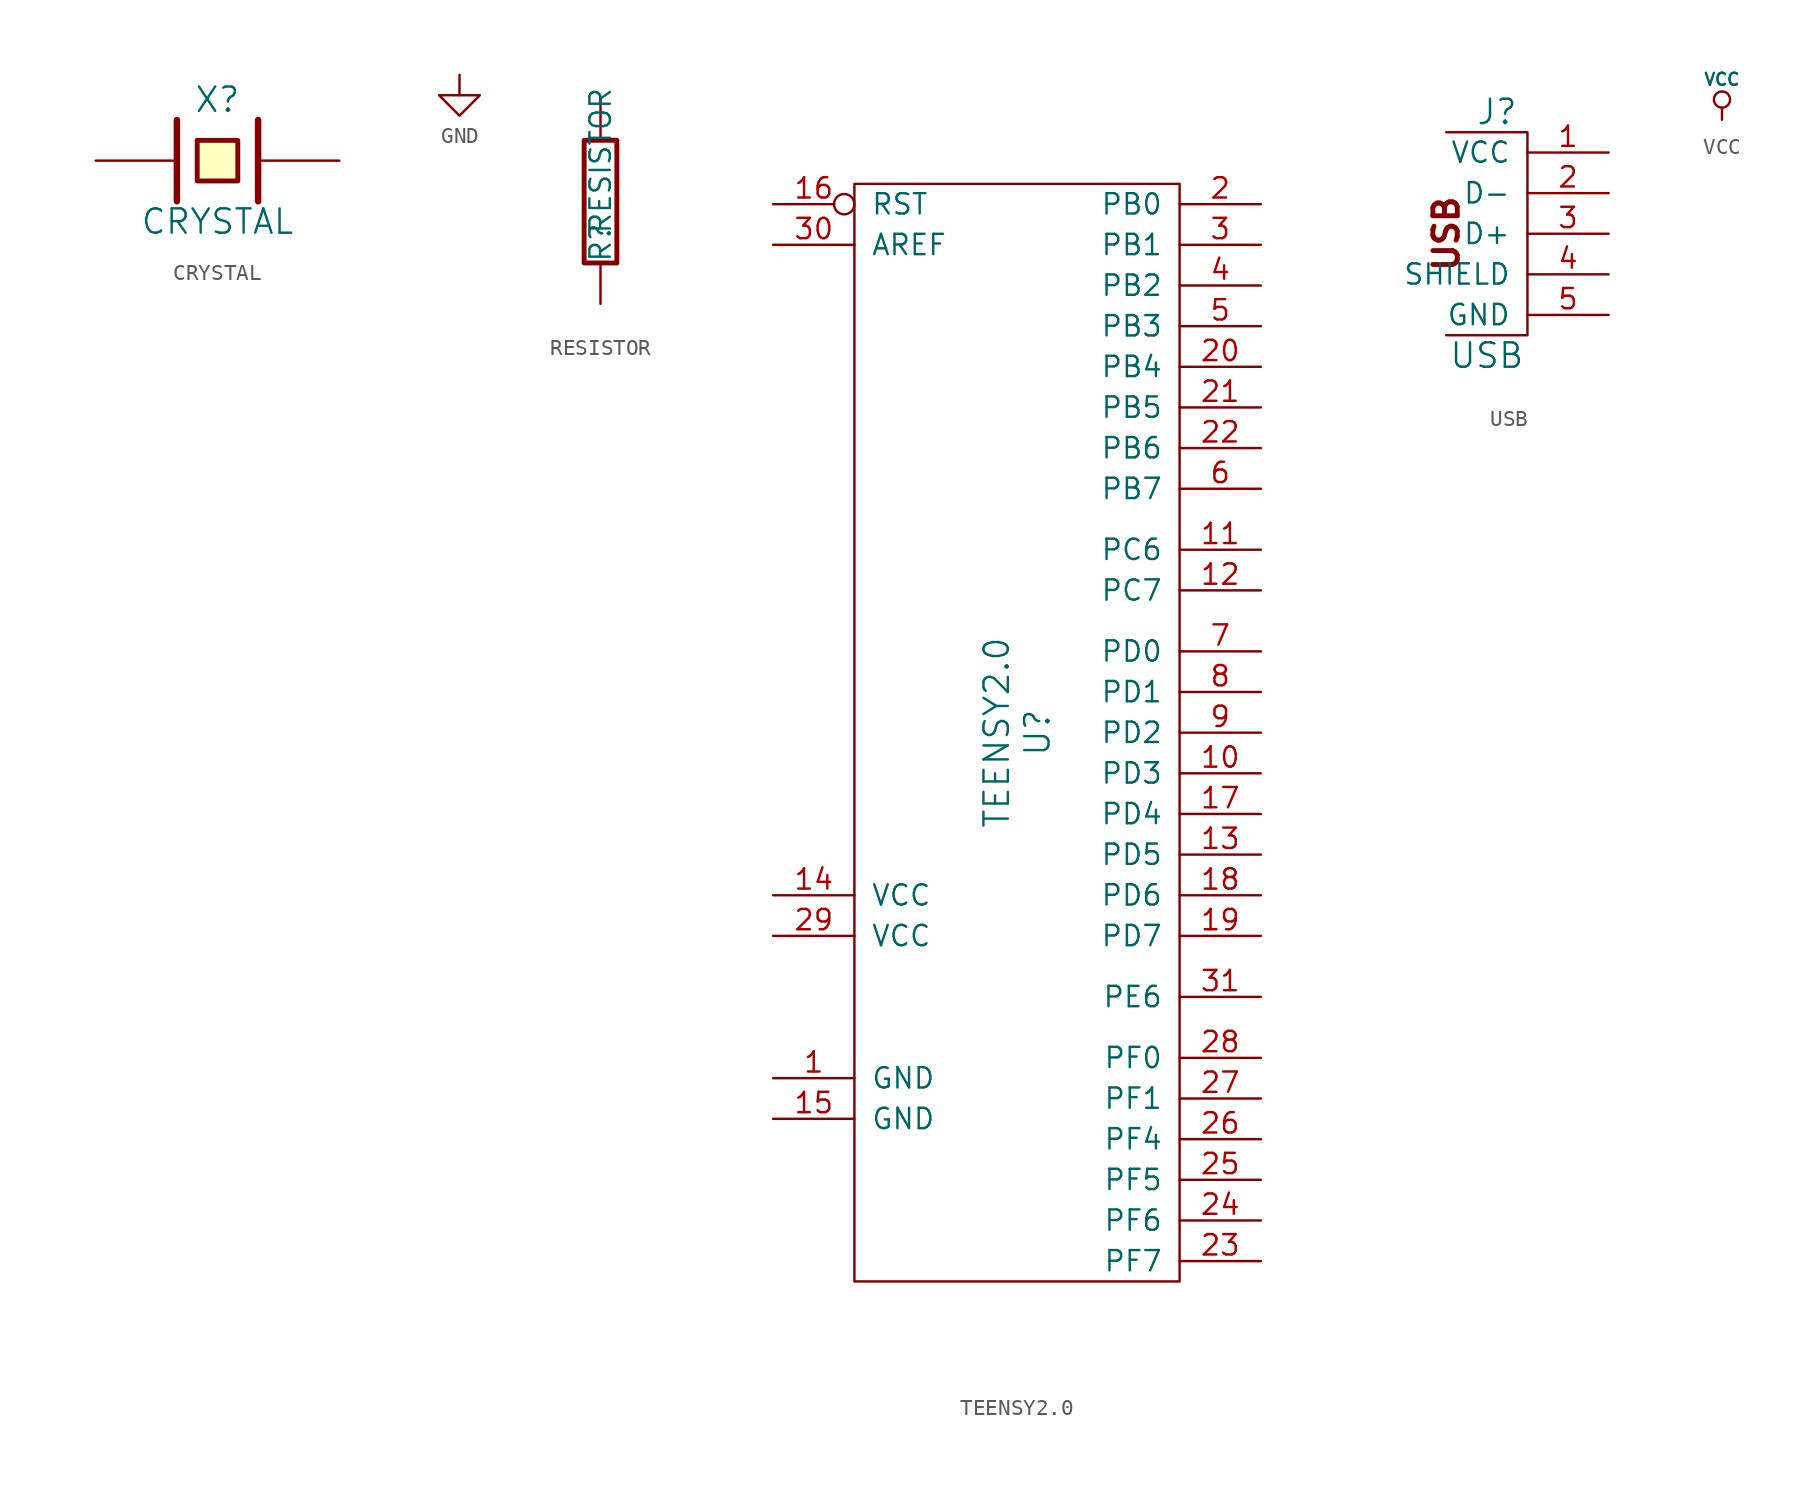
<source format=kicad_sym>
(kicad_symbol_lib
  (version 20220914)
  (generator kicad_symbol_editor)
  (symbol "CRYSTAL"
    (pin_numbers hide)
    (pin_names
      (offset 1.016) hide)
    (property "Reference" "X"
      (at 0 3.81 0)
      (effects (font (size 1.524 1.524))))
    (property "Value" "CRYSTAL"
      (at 0 -3.81 0)
      (effects (font (size 1.524 1.524))))
    (symbol "CRYSTAL_0_1"
      (polyline (pts (xy -2.54 2.54) (xy -2.54 -2.54)) (stroke (width 0.406) (type solid)) (fill (type none)))
      (polyline (pts (xy 2.54 2.54) (xy 2.54 -2.54)) (stroke (width 0.406) (type solid)) (fill (type none)))
      (polyline (pts (xy -1.27 1.27) (xy 1.27 1.27) (xy 1.27 -1.27) (xy -1.27 -1.27) (xy -1.27 1.27)) (stroke (width 0.305) (type solid)) (fill (type background))))
    (symbol "CRYSTAL_1_1"
      (pin passive line (at -7.62 0 0) (length 5.08) (name "1" (effects (font (size 1.016 1.016)))) (number "1" (effects (font (size 1.016 1.016)))))
      (pin power_in line (at -2.54 0 0) (length 0) hide (name "GND" (effects (font (size 1.27 1.27)))) (number "2" (effects (font (size 1.27 1.27)))))
      (pin passive line (at 7.62 0 180) (length 5.08) (name "3" (effects (font (size 1.016 1.016)))) (number "3" (effects (font (size 1.016 1.016)))))
      (pin power_in line (at 2.54 0 0) (length 0) hide (name "GND" (effects (font (size 1.27 1.27)))) (number "4" (effects (font (size 1.27 1.27)))))))
  (symbol "GND"
    (power)
    (pin_names
      (offset 0))
    (property "Reference" "#PWR"
      (at 0 0 0)
      (effects (font (size 0.762 0.762)) hide))
    (symbol "GND_0_1"
      (polyline (pts (xy 0 0) (xy 0 1.27) (xy 0 1.27)) (stroke (width 0) (type solid)) (fill (type none)))
      (polyline (pts (xy -1.27 0) (xy 0 -1.27) (xy 1.27 0) (xy -1.27 0)) (stroke (width 0) (type solid)) (fill (type none))))
    (symbol "GND_1_1"
      (pin power_in line (at 0 1.27 270) (length 0) hide (name "GND" (effects (font (size 0.762 0.762)))) (number "1" (effects (font (size 0.762 0.762)))))))
  (symbol "RESISTOR"
    (pin_numbers hide)
    (pin_names
      (offset 0))
    (property "Reference" "R"
      (at 0 -2.54 90)
      (effects (font (size 1.27 1.27))))
    (property "Value" "RESISTOR"
      (at 0 2.54 90)
      (effects (font (size 1.27 1.27))))
    (symbol "RESISTOR_0_1"
      (rectangle (start -1.016 3.81) (end 1.016 -3.81) (stroke (width 0.305) (type solid)) (fill (type none))))
    (symbol "RESISTOR_1_1"
      (pin passive line (at 0 6.35 270) (length 2.54) (name "~" (effects (font (size 1.524 1.524)))) (number "1" (effects (font (size 1.524 1.524)))))
      (pin passive line (at 0 -6.35 90) (length 2.54) (name "~" (effects (font (size 1.524 1.524)))) (number "2" (effects (font (size 1.524 1.524)))))))
  (symbol "TEENSY2.0"
    (pin_names
      (offset 1.016))
    (property "Reference" "U"
      (at 1.27 0 90)
      (effects (font (size 1.524 1.524))))
    (property "Value" "TEENSY2.0"
      (at -1.27 0 90)
      (effects (font (size 1.524 1.524))))
    (symbol "TEENSY2.0_0_1"
      (rectangle (start -10.16 34.29) (end 10.16 -34.29) (stroke (width 0) (type solid)) (fill (type none))))
    (symbol "TEENSY2.0_1_1"
      (pin power_out line (at -15.24 -21.59 0) (length 5.08) (name "GND" (effects (font (size 1.27 1.27)))) (number "1" (effects (font (size 1.27 1.27)))))
      (pin bidirectional line (at 15.24 -2.54 180) (length 5.08) (name "PD3" (effects (font (size 1.27 1.27)))) (number "10" (effects (font (size 1.27 1.27)))))
      (pin bidirectional line (at 15.24 11.43 180) (length 5.08) (name "PC6" (effects (font (size 1.27 1.27)))) (number "11" (effects (font (size 1.27 1.27)))))
      (pin bidirectional line (at 15.24 8.89 180) (length 5.08) (name "PC7" (effects (font (size 1.27 1.27)))) (number "12" (effects (font (size 1.27 1.27)))))
      (pin bidirectional line (at 15.24 -7.62 180) (length 5.08) (name "PD5" (effects (font (size 1.27 1.27)))) (number "13" (effects (font (size 1.27 1.27)))))
      (pin power_out line (at -15.24 -10.16 0) (length 5.08) (name "VCC" (effects (font (size 1.27 1.27)))) (number "14" (effects (font (size 1.27 1.27)))))
      (pin power_out line (at -15.24 -24.13 0) (length 5.08) (name "GND" (effects (font (size 1.27 1.27)))) (number "15" (effects (font (size 1.27 1.27)))))
      (pin input inverted (at -15.24 33.02 0) (length 5.08) (name "RST" (effects (font (size 1.27 1.27)))) (number "16" (effects (font (size 1.27 1.27)))))
      (pin bidirectional line (at 15.24 -5.08 180) (length 5.08) (name "PD4" (effects (font (size 1.27 1.27)))) (number "17" (effects (font (size 1.27 1.27)))))
      (pin bidirectional line (at 15.24 -10.16 180) (length 5.08) (name "PD6" (effects (font (size 1.27 1.27)))) (number "18" (effects (font (size 1.27 1.27)))))
      (pin bidirectional line (at 15.24 -12.7 180) (length 5.08) (name "PD7" (effects (font (size 1.27 1.27)))) (number "19" (effects (font (size 1.27 1.27)))))
      (pin bidirectional line (at 15.24 33.02 180) (length 5.08) (name "PB0" (effects (font (size 1.27 1.27)))) (number "2" (effects (font (size 1.27 1.27)))))
      (pin bidirectional line (at 15.24 22.86 180) (length 5.08) (name "PB4" (effects (font (size 1.27 1.27)))) (number "20" (effects (font (size 1.27 1.27)))))
      (pin bidirectional line (at 15.24 20.32 180) (length 5.08) (name "PB5" (effects (font (size 1.27 1.27)))) (number "21" (effects (font (size 1.27 1.27)))))
      (pin bidirectional line (at 15.24 17.78 180) (length 5.08) (name "PB6" (effects (font (size 1.27 1.27)))) (number "22" (effects (font (size 1.27 1.27)))))
      (pin bidirectional line (at 15.24 -33.02 180) (length 5.08) (name "PF7" (effects (font (size 1.27 1.27)))) (number "23" (effects (font (size 1.27 1.27)))))
      (pin bidirectional line (at 15.24 -30.48 180) (length 5.08) (name "PF6" (effects (font (size 1.27 1.27)))) (number "24" (effects (font (size 1.27 1.27)))))
      (pin bidirectional line (at 15.24 -27.94 180) (length 5.08) (name "PF5" (effects (font (size 1.27 1.27)))) (number "25" (effects (font (size 1.27 1.27)))))
      (pin bidirectional line (at 15.24 -25.4 180) (length 5.08) (name "PF4" (effects (font (size 1.27 1.27)))) (number "26" (effects (font (size 1.27 1.27)))))
      (pin bidirectional line (at 15.24 -22.86 180) (length 5.08) (name "PF1" (effects (font (size 1.27 1.27)))) (number "27" (effects (font (size 1.27 1.27)))))
      (pin bidirectional line (at 15.24 -20.32 180) (length 5.08) (name "PF0" (effects (font (size 1.27 1.27)))) (number "28" (effects (font (size 1.27 1.27)))))
      (pin power_out line (at -15.24 -12.7 0) (length 5.08) (name "VCC" (effects (font (size 1.27 1.27)))) (number "29" (effects (font (size 1.27 1.27)))))
      (pin bidirectional line (at 15.24 30.48 180) (length 5.08) (name "PB1" (effects (font (size 1.27 1.27)))) (number "3" (effects (font (size 1.27 1.27)))))
      (pin input line (at -15.24 30.48 0) (length 5.08) (name "AREF" (effects (font (size 1.27 1.27)))) (number "30" (effects (font (size 1.27 1.27)))))
      (pin bidirectional line (at 15.24 -16.51 180) (length 5.08) (name "PE6" (effects (font (size 1.27 1.27)))) (number "31" (effects (font (size 1.27 1.27)))))
      (pin bidirectional line (at 15.24 27.94 180) (length 5.08) (name "PB2" (effects (font (size 1.27 1.27)))) (number "4" (effects (font (size 1.27 1.27)))))
      (pin bidirectional line (at 15.24 25.4 180) (length 5.08) (name "PB3" (effects (font (size 1.27 1.27)))) (number "5" (effects (font (size 1.27 1.27)))))
      (pin bidirectional line (at 15.24 15.24 180) (length 5.08) (name "PB7" (effects (font (size 1.27 1.27)))) (number "6" (effects (font (size 1.27 1.27)))))
      (pin bidirectional line (at 15.24 5.08 180) (length 5.08) (name "PD0" (effects (font (size 1.27 1.27)))) (number "7" (effects (font (size 1.27 1.27)))))
      (pin bidirectional line (at 15.24 2.54 180) (length 5.08) (name "PD1" (effects (font (size 1.27 1.27)))) (number "8" (effects (font (size 1.27 1.27)))))
      (pin bidirectional line (at 15.24 0 180) (length 5.08) (name "PD2" (effects (font (size 1.27 1.27)))) (number "9" (effects (font (size 1.27 1.27)))))))
  (symbol "USB"
    (pin_names
      (offset 1.016))
    (property "Reference" "J"
      (at -1.905 7.62 0)
      (effects (font (size 1.524 1.524))))
    (property "Value" "USB"
      (at -2.54 -7.62 0)
      (effects (font (size 1.524 1.524))))
    (symbol "USB_0_0"
      (text "USB" (at -5.08 0 900) (effects (font (size 1.524 1.524) bold))))
    (symbol "USB_0_1"
      (polyline (pts (xy -5.08 6.35) (xy 0 6.35) (xy 0 -6.35) (xy -5.08 -6.35)) (stroke (width 0) (type solid)) (fill (type none))))
    (symbol "USB_1_1"
      (pin input line (at 5.08 5.08 180) (length 5.08) (name "VCC" (effects (font (size 1.27 1.27)))) (number "1" (effects (font (size 1.27 1.27)))))
      (pin input line (at 5.08 2.54 180) (length 5.08) (name "D-" (effects (font (size 1.27 1.27)))) (number "2" (effects (font (size 1.27 1.27)))))
      (pin input line (at 5.08 0 180) (length 5.08) (name "D+" (effects (font (size 1.27 1.27)))) (number "3" (effects (font (size 1.27 1.27)))))
      (pin input line (at 5.08 -2.54 180) (length 5.08) (name "SHIELD" (effects (font (size 1.27 1.27)))) (number "4" (effects (font (size 1.27 1.27)))))
      (pin input line (at 5.08 -5.08 180) (length 5.08) (name "GND" (effects (font (size 1.27 1.27)))) (number "5" (effects (font (size 1.27 1.27)))))))
  (symbol "VCC"
    (power)
    (pin_names
      (offset 0))
    (property "Reference" "#PWR"
      (at 0 2.54 0)
      (effects (font (size 0.762 0.762)) hide))
    (property "Value" "VCC"
      (at 0 2.54 0)
      (effects (font (size 0.762 0.762))))
    (symbol "VCC_0_0"
      (pin power_in line (at 0 0 90) (length 0) hide (name "VCC" (effects (font (size 0.508 0.508)))) (number "1" (effects (font (size 0.508 0.508))))))
    (symbol "VCC_0_1"
      (polyline (pts (xy 0 0) (xy 0 0.762) (xy 0 0.762)) (stroke (width 0) (type solid)) (fill (type none)))
      (circle (center 0 1.27) (radius 0.508) (stroke (width 0) (type solid)) (fill (type none))))))
</source>
